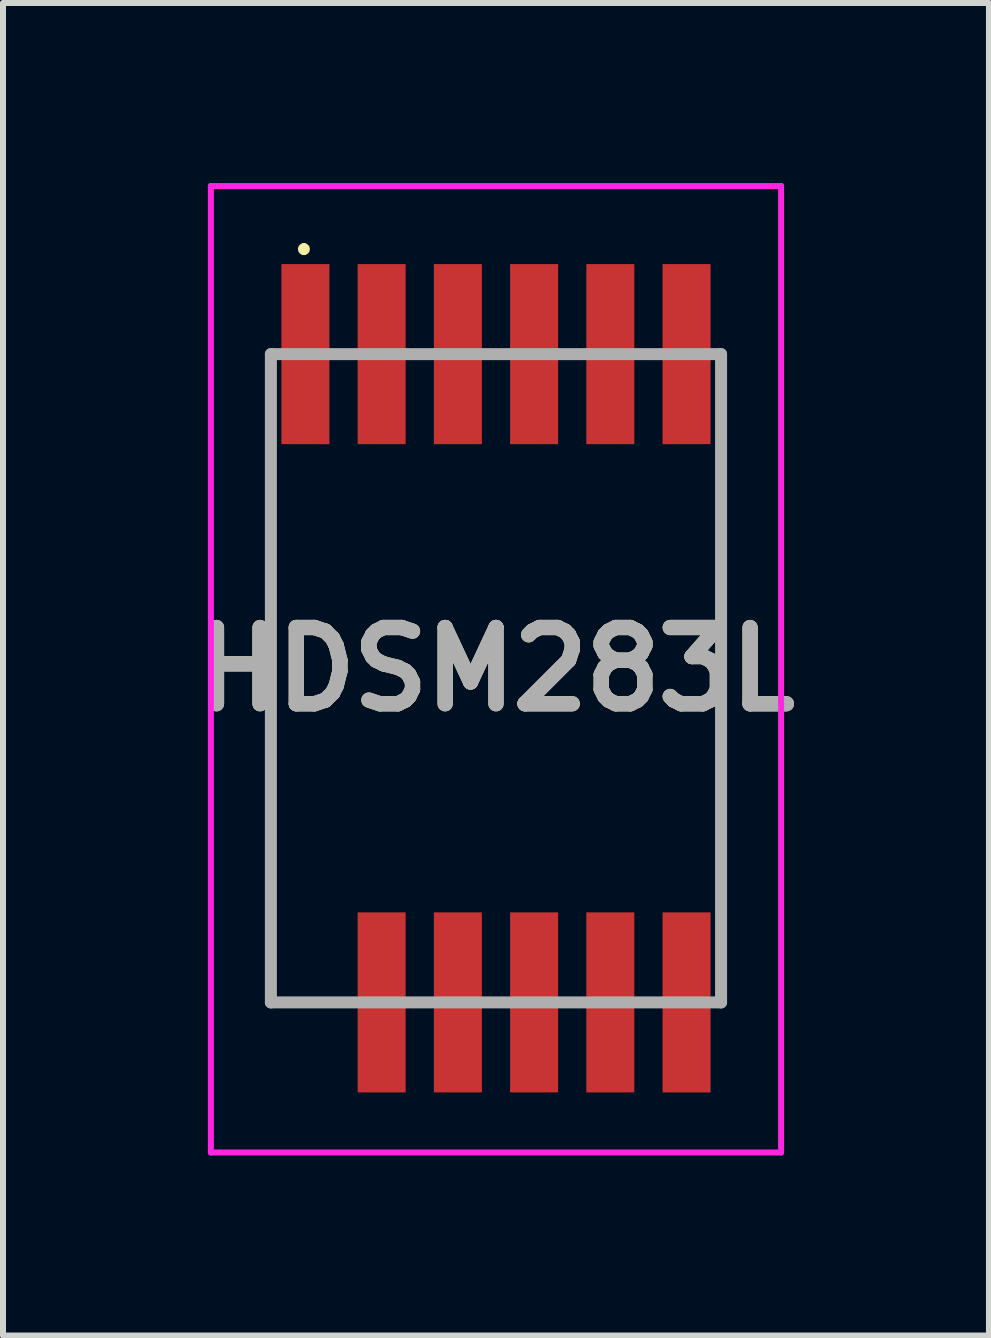
<source format=kicad_pcb>
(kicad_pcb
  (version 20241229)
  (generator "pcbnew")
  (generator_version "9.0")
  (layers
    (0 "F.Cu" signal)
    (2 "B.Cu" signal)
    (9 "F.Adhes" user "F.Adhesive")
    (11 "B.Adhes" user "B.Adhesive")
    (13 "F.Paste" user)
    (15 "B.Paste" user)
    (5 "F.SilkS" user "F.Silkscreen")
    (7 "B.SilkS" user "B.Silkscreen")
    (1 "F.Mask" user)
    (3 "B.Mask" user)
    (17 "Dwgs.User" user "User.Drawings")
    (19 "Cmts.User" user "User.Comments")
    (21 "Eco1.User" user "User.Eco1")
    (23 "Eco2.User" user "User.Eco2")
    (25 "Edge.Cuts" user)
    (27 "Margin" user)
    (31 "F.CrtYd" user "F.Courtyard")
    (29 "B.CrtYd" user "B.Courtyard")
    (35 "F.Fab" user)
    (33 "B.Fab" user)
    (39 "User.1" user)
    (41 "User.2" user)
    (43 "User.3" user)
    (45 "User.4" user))
  (footprint "HDSM283L"
    (layer "F.Cu")
    (at 5.213 8.25)
    (property "Reference" "HDSM283L" (at 0 -0.15 0) (layer "F.SilkS") (effects (font (size 1.27 1.27) (thickness 0.254))))
    (attr smd)
    (fp_line (start -3.75 -3) (end -3.75 3.5) (stroke (width 0.1) (type solid)) (layer "F.SilkS"))
    (fp_line (start -3.2 -7.2) (end -3.2 -7.2) (stroke (width 0.1) (type solid)) (layer "F.SilkS"))
    (fp_line (start -3.2 -7.1) (end -3.2 -7.1) (stroke (width 0.1) (type solid)) (layer "F.SilkS"))
    (fp_line (start 3.75 -3) (end 3.75 3.5) (stroke (width 0.1) (type solid)) (layer "F.SilkS"))
    (fp_arc (start -3.2 -7.2) (mid -3.15 -7.15) (end -3.2 -7.1) (stroke (width 0.1) (type solid)) (layer "F.SilkS"))
    (fp_arc (start -3.2 -7.1) (mid -3.25 -7.15) (end -3.2 -7.2) (stroke (width 0.1) (type solid)) (layer "F.SilkS"))
    (fp_line (start -4.75 -8.2) (end 4.75 -8.2) (stroke (width 0.1) (type solid)) (layer "F.CrtYd"))
    (fp_line (start -4.75 7.9) (end -4.75 -8.2) (stroke (width 0.1) (type solid)) (layer "F.CrtYd"))
    (fp_line (start 4.75 -8.2) (end 4.75 7.9) (stroke (width 0.1) (type solid)) (layer "F.CrtYd"))
    (fp_line (start 4.75 7.9) (end -4.75 7.9) (stroke (width 0.1) (type solid)) (layer "F.CrtYd"))
    (fp_line (start -3.75 -5.4) (end 3.75 -5.4) (stroke (width 0.2) (type solid)) (layer "F.Fab"))
    (fp_line (start -3.75 5.4) (end -3.75 -5.4) (stroke (width 0.2) (type solid)) (layer "F.Fab"))
    (fp_line (start 3.75 -5.4) (end 3.75 5.4) (stroke (width 0.2) (type solid)) (layer "F.Fab"))
    (fp_line (start 3.75 5.4) (end -3.75 5.4) (stroke (width 0.2) (type solid)) (layer "F.Fab"))
    (fp_text user "${REFERENCE}" (at 0 -0.15 0) (layer "F.Fab") (effects (font (size 1.27 1.27) (thickness 0.254))))
    (pad "1" smd rect (at -3.175 -5.4) (size 0.8 3) (layers "F.Cu" "F.Mask" "F.Paste"))
    (pad "2" smd rect (at -1.905 -5.4) (size 0.8 3) (layers "F.Cu" "F.Mask" "F.Paste"))
    (pad "3" smd rect (at -0.635 -5.4) (size 0.8 3) (layers "F.Cu" "F.Mask" "F.Paste"))
    (pad "4" smd rect (at 0.635 -5.4) (size 0.8 3) (layers "F.Cu" "F.Mask" "F.Paste"))
    (pad "5" smd rect (at 1.905 -5.4) (size 0.8 3) (layers "F.Cu" "F.Mask" "F.Paste"))
    (pad "6" smd rect (at 3.175 -5.4) (size 0.8 3) (layers "F.Cu" "F.Mask" "F.Paste"))
    (pad "7" smd rect (at 3.175 5.4) (size 0.8 3) (layers "F.Cu" "F.Mask" "F.Paste"))
    (pad "8" smd rect (at 1.905 5.4) (size 0.8 3) (layers "F.Cu" "F.Mask" "F.Paste"))
    (pad "9" smd rect (at 0.635 5.4) (size 0.8 3) (layers "F.Cu" "F.Mask" "F.Paste"))
    (pad "10" smd rect (at -0.635 5.4) (size 0.8 3) (layers "F.Cu" "F.Mask" "F.Paste"))
    (pad "11" smd rect (at -1.905 5.4) (size 0.8 3) (layers "F.Cu" "F.Mask" "F.Paste")))
  (gr_rect
    (start -3 -3)
    (end 13.426 19.2)
    (stroke (width 0.1) (type default))
    (fill no)
    (layer "Edge.Cuts")))
</source>
